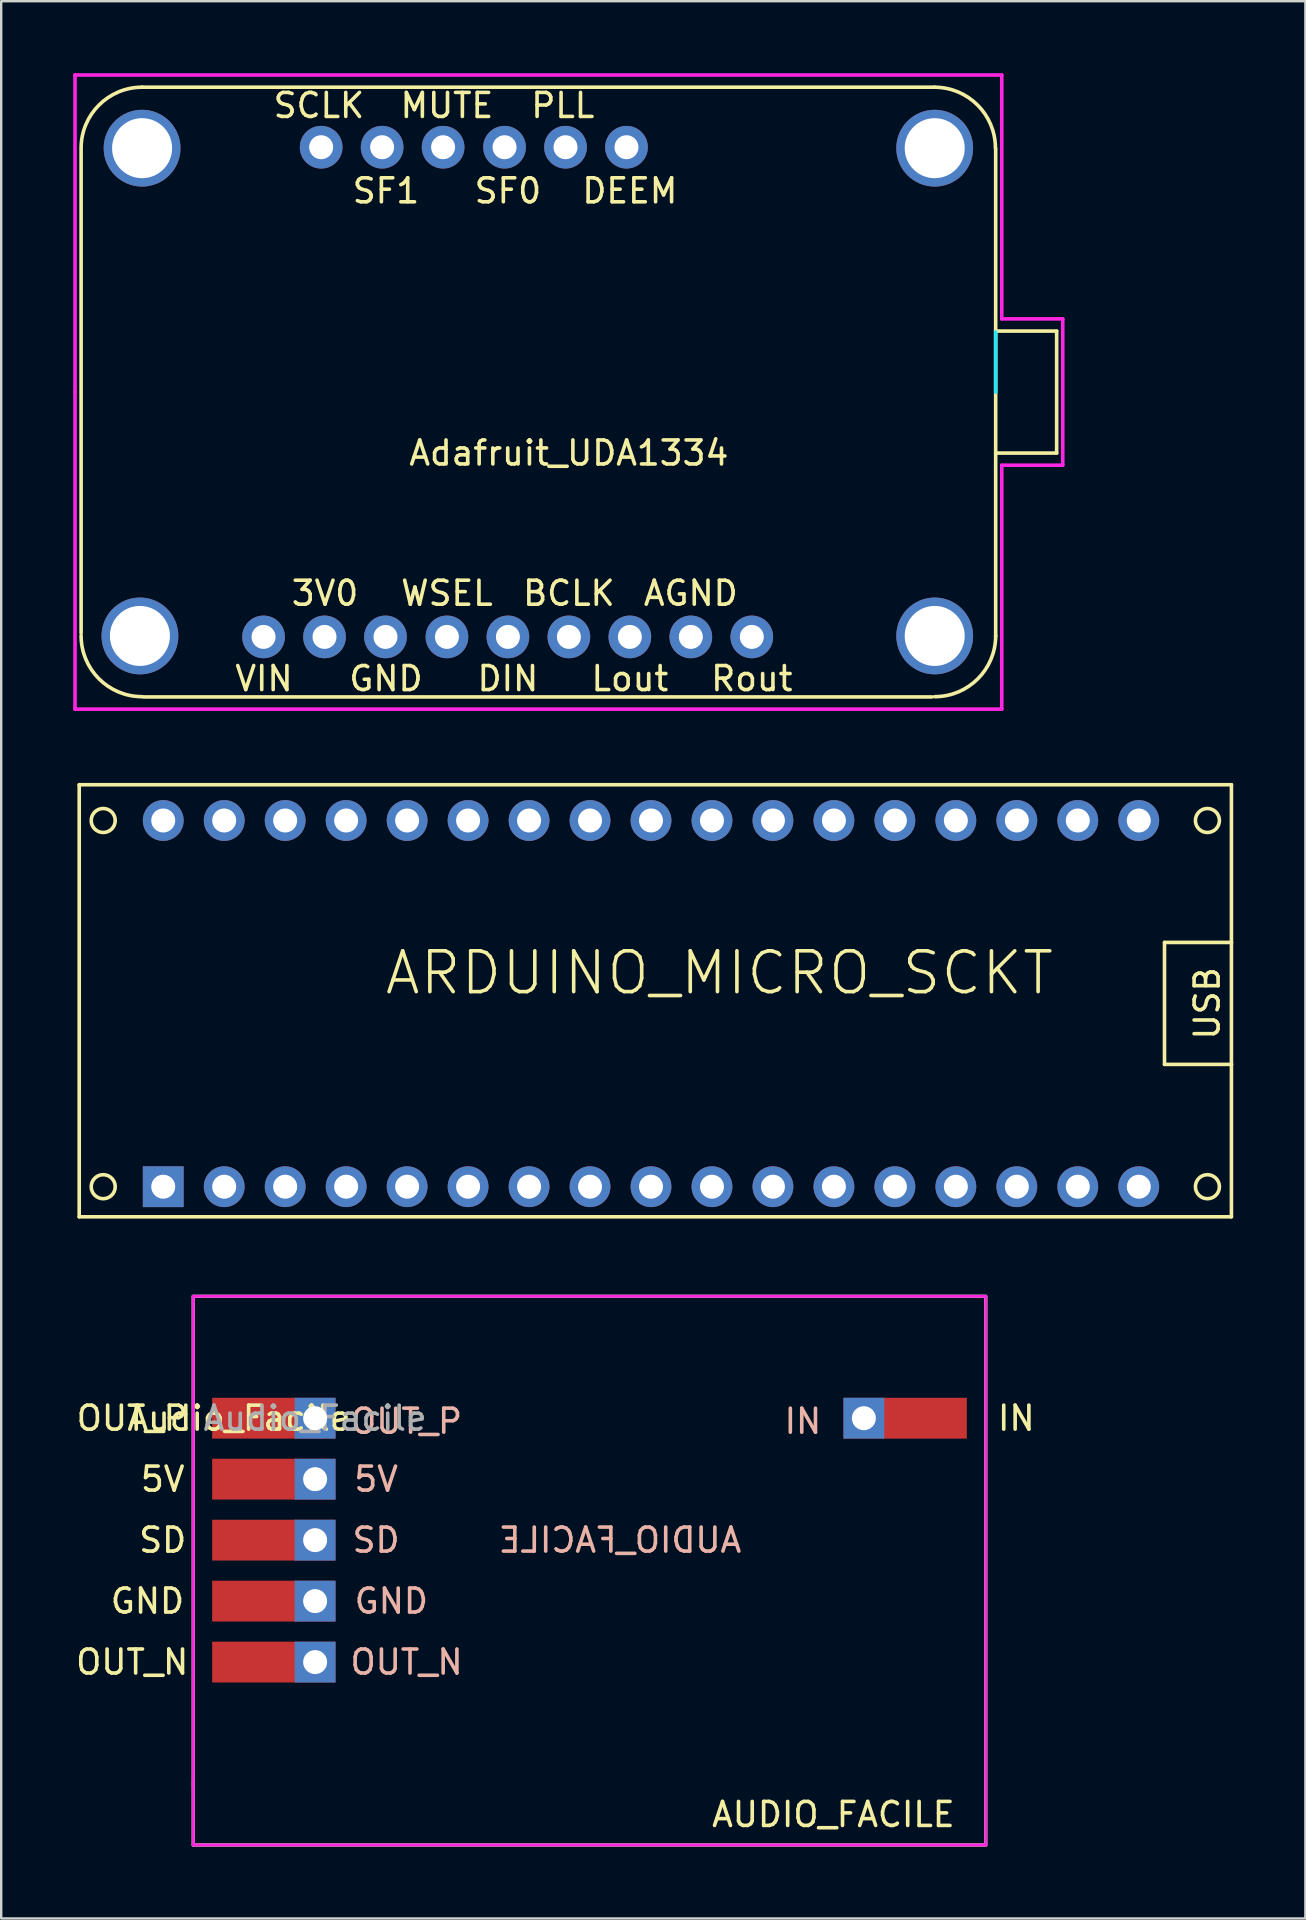
<source format=kicad_pcb>
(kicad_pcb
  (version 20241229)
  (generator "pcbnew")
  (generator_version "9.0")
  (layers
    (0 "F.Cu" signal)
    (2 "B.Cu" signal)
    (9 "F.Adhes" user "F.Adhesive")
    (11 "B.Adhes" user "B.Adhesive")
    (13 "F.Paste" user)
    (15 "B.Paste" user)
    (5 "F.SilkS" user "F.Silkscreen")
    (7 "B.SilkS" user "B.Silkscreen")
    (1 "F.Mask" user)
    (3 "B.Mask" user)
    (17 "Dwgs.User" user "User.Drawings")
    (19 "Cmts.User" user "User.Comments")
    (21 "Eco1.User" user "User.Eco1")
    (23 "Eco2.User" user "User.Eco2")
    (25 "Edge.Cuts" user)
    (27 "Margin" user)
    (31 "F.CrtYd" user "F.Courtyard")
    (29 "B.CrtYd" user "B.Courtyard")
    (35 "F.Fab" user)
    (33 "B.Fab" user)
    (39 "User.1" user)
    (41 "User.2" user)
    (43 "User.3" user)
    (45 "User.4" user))
  (footprint "ARDUINO_MICRO_SCKT"
    (layer "F.Cu")
    (at 0.25 47.641)
    (property "Reference" "ARDUINO_MICRO_SCKT" (at 26.67 -10.16 0) (layer "F.SilkS") (effects (font (size 1.7 1.7) (thickness 0.15))))
    (attr through_hole)
    (fp_line (start 0 -18) (end 48 -18) (stroke (width 0.15) (type solid)) (layer "F.SilkS"))
    (fp_line (start 0 0) (end 0 -18) (stroke (width 0.15) (type solid)) (layer "F.SilkS"))
    (fp_line (start 45.212 -11.43) (end 48.006 -11.43) (stroke (width 0.15) (type solid)) (layer "F.SilkS"))
    (fp_line (start 45.212 -6.35) (end 45.212 -11.43) (stroke (width 0.15) (type solid)) (layer "F.SilkS"))
    (fp_line (start 48 -18) (end 48 0) (stroke (width 0.15) (type solid)) (layer "F.SilkS"))
    (fp_line (start 48 0) (end 0 0) (stroke (width 0.15) (type solid)) (layer "F.SilkS"))
    (fp_line (start 48.006 -6.35) (end 45.212 -6.35) (stroke (width 0.15) (type solid)) (layer "F.SilkS"))
    (fp_circle (center 1 -16.51) (end 1.5 -16.51) (stroke (width 0.15) (type solid)) (fill no) (layer "F.SilkS"))
    (fp_circle (center 1 -1.254) (end 1.5 -1.254) (stroke (width 0.15) (type solid)) (fill no) (layer "F.SilkS"))
    (fp_circle (center 47 -16.51) (end 47.5 -16.51) (stroke (width 0.15) (type solid)) (fill no) (layer "F.SilkS"))
    (fp_circle (center 47 -1.254) (end 47.5 -1.254) (stroke (width 0.15) (type solid)) (fill no) (layer "F.SilkS"))
    (fp_text user "USB" (at 46.99 -8.89 90) (layer "F.SilkS") (effects (font (size 1 1) (thickness 0.15))))
    (pad "1" thru_hole rect (at 3.5 -1.254) (size 1.7 1.7) (drill 1) (layers "*.Cu" "*.Mask"))
    (pad "2" thru_hole circle (at 6.04 -1.254) (size 1.7 1.7) (drill 1) (layers "*.Cu" "*.Mask"))
    (pad "3" thru_hole circle (at 8.58 -1.254) (size 1.7 1.7) (drill 1) (layers "*.Cu" "*.Mask"))
    (pad "4" thru_hole circle (at 11.12 -1.254) (size 1.7 1.7) (drill 1) (layers "*.Cu" "*.Mask"))
    (pad "5" thru_hole circle (at 13.66 -1.254) (size 1.7 1.7) (drill 1) (layers "*.Cu" "*.Mask"))
    (pad "6" thru_hole circle (at 16.2 -1.254) (size 1.7 1.7) (drill 1) (layers "*.Cu" "*.Mask"))
    (pad "7" thru_hole circle (at 18.74 -1.254) (size 1.7 1.7) (drill 1) (layers "*.Cu" "*.Mask"))
    (pad "8" thru_hole circle (at 21.28 -1.254) (size 1.7 1.7) (drill 1) (layers "*.Cu" "*.Mask"))
    (pad "9" thru_hole circle (at 23.82 -1.254) (size 1.7 1.7) (drill 1) (layers "*.Cu" "*.Mask"))
    (pad "10" thru_hole circle (at 26.36 -1.254) (size 1.7 1.7) (drill 1) (layers "*.Cu" "*.Mask"))
    (pad "11" thru_hole circle (at 28.9 -1.254) (size 1.7 1.7) (drill 1) (layers "*.Cu" "*.Mask"))
    (pad "12" thru_hole circle (at 31.44 -1.254) (size 1.7 1.7) (drill 1) (layers "*.Cu" "*.Mask"))
    (pad "13" thru_hole circle (at 33.98 -1.254) (size 1.7 1.7) (drill 1) (layers "*.Cu" "*.Mask"))
    (pad "14" thru_hole circle (at 36.52 -1.254) (size 1.7 1.7) (drill 1) (layers "*.Cu" "*.Mask"))
    (pad "15" thru_hole circle (at 39.06 -1.254) (size 1.7 1.7) (drill 1) (layers "*.Cu" "*.Mask"))
    (pad "16" thru_hole circle (at 41.6 -1.254) (size 1.7 1.7) (drill 1) (layers "*.Cu" "*.Mask"))
    (pad "17" thru_hole circle (at 44.14 -1.254) (size 1.7 1.7) (drill 1) (layers "*.Cu" "*.Mask"))
    (pad "18" thru_hole circle (at 44.14 -16.51) (size 1.7 1.7) (drill 1) (layers "*.Cu" "*.Mask"))
    (pad "19" thru_hole circle (at 41.6 -16.51) (size 1.7 1.7) (drill 1) (layers "*.Cu" "*.Mask"))
    (pad "20" thru_hole circle (at 39.06 -16.51) (size 1.7 1.7) (drill 1) (layers "*.Cu" "*.Mask"))
    (pad "21" thru_hole circle (at 36.52 -16.51) (size 1.7 1.7) (drill 1) (layers "*.Cu" "*.Mask"))
    (pad "22" thru_hole circle (at 33.98 -16.51) (size 1.7 1.7) (drill 1) (layers "*.Cu" "*.Mask"))
    (pad "23" thru_hole circle (at 31.44 -16.51) (size 1.7 1.7) (drill 1) (layers "*.Cu" "*.Mask"))
    (pad "24" thru_hole circle (at 28.9 -16.51) (size 1.7 1.7) (drill 1) (layers "*.Cu" "*.Mask"))
    (pad "25" thru_hole circle (at 26.36 -16.51) (size 1.7 1.7) (drill 1) (layers "*.Cu" "*.Mask"))
    (pad "26" thru_hole circle (at 23.82 -16.51) (size 1.7 1.7) (drill 1) (layers "*.Cu" "*.Mask"))
    (pad "27" thru_hole circle (at 21.28 -16.51) (size 1.7 1.7) (drill 1) (layers "*.Cu" "*.Mask"))
    (pad "28" thru_hole circle (at 18.74 -16.51) (size 1.7 1.7) (drill 1) (layers "*.Cu" "*.Mask"))
    (pad "29" thru_hole circle (at 16.2 -16.51) (size 1.7 1.7) (drill 1) (layers "*.Cu" "*.Mask"))
    (pad "30" thru_hole circle (at 13.66 -16.51) (size 1.7 1.7) (drill 1) (layers "*.Cu" "*.Mask"))
    (pad "31" thru_hole circle (at 11.12 -16.51) (size 1.7 1.7) (drill 1) (layers "*.Cu" "*.Mask"))
    (pad "32" thru_hole circle (at 8.58 -16.51) (size 1.7 1.7) (drill 1) (layers "*.Cu" "*.Mask"))
    (pad "33" thru_hole circle (at 6.04 -16.51) (size 1.7 1.7) (drill 1) (layers "*.Cu" "*.Mask"))
    (pad "34" thru_hole circle (at 3.5 -16.51) (size 1.7 1.7) (drill 1) (layers "*.Cu" "*.Mask")))
  (footprint "Adafruit_UDA1334"
    (layer "F.Cu")
    (at 19.379 13.283)
    (property "Reference" "Adafruit_UDA1334" (at 1.27 2.54 0) (layer "F.SilkS") (effects (font (size 1 1) (thickness 0.15))))
    (attr through_hole)
    (fp_line (start -19.05 10.05) (end -19.05 -10.1) (stroke (width 0.15) (type solid)) (layer "F.SilkS"))
    (fp_line (start -16.51 -12.7) (end 16.5 -12.7) (stroke (width 0.15) (type solid)) (layer "F.SilkS"))
    (fp_line (start 16.4 12.7) (end -16.45 12.7) (stroke (width 0.15) (type solid)) (layer "F.SilkS"))
    (fp_line (start 19.05 -10.15) (end 19.05 10.17) (stroke (width 0.15) (type solid)) (layer "F.SilkS"))
    (fp_line (start 19.05 -2.54) (end 21.59 -2.54) (stroke (width 0.15) (type solid)) (layer "F.SilkS"))
    (fp_line (start 21.59 -2.54) (end 21.59 2.54) (stroke (width 0.15) (type solid)) (layer "F.SilkS"))
    (fp_line (start 21.59 2.54) (end 19.05 2.54) (stroke (width 0.15) (type solid)) (layer "F.SilkS"))
    (fp_arc (start -19.05 -10.16) (mid -18.306051 -11.956051) (end -16.51 -12.7) (stroke (width 0.15) (type solid)) (layer "F.SilkS"))
    (fp_arc (start -16.51 12.69) (mid -18.306051 11.946051) (end -19.05 10.15) (stroke (width 0.15) (type solid)) (layer "F.SilkS"))
    (fp_arc (start 16.5 -12.7) (mid 18.296051 -11.956051) (end 19.04 -10.16) (stroke (width 0.15) (type solid)) (layer "F.SilkS"))
    (fp_arc (start 19.05 10.15) (mid 18.306051 11.946051) (end 16.51 12.69) (stroke (width 0.15) (type solid)) (layer "F.SilkS"))
    (fp_line (start 19.05 0) (end 19.05 -2.5) (stroke (width 0.15) (type solid)) (layer "B.CrtYd"))
    (fp_line (start -19.304 -13.208) (end -19.304 0) (stroke (width 0.15) (type solid)) (layer "F.CrtYd"))
    (fp_line (start -19.304 0) (end -19.304 13.208) (stroke (width 0.15) (type solid)) (layer "F.CrtYd"))
    (fp_line (start -19.304 13.208) (end 19.304 13.208) (stroke (width 0.15) (type solid)) (layer "F.CrtYd"))
    (fp_line (start 19.304 -13.208) (end -19.304 -13.208) (stroke (width 0.15) (type solid)) (layer "F.CrtYd"))
    (fp_line (start 19.304 -3.048) (end 19.304 -13.208) (stroke (width 0.15) (type solid)) (layer "F.CrtYd"))
    (fp_line (start 19.304 3.048) (end 21.844 3.048) (stroke (width 0.15) (type solid)) (layer "F.CrtYd"))
    (fp_line (start 19.304 13.208) (end 19.304 3.048) (stroke (width 0.15) (type solid)) (layer "F.CrtYd"))
    (fp_line (start 21.844 -3.048) (end 19.304 -3.048) (stroke (width 0.15) (type solid)) (layer "F.CrtYd"))
    (fp_line (start 21.844 3.048) (end 21.844 -3.048) (stroke (width 0.15) (type solid)) (layer "F.CrtYd"))
    (fp_text user "Rout" (at 8.89 11.938 0) (layer "F.SilkS") (effects (font (size 1 1) (thickness 0.15))))
    (fp_text user "SF0" (at -1.27 -8.382 0) (layer "F.SilkS") (effects (font (size 1 1) (thickness 0.15))))
    (fp_text user "PLL" (at 1.016 -11.938 0) (layer "F.SilkS") (effects (font (size 1 1) (thickness 0.15))))
    (fp_text user "DIN" (at -1.27 11.938 0) (layer "F.SilkS") (effects (font (size 1 1) (thickness 0.15))))
    (fp_text user "SCLK" (at -9.144 -11.938 0) (layer "F.SilkS") (effects (font (size 1 1) (thickness 0.15))))
    (fp_text user "3V0" (at -8.89 8.382 0) (layer "F.SilkS") (effects (font (size 1 1) (thickness 0.15))))
    (fp_text user "GND" (at -6.35 11.938 0) (layer "F.SilkS") (effects (font (size 1 1) (thickness 0.15))))
    (fp_text user "WSEL" (at -3.81 8.382 0) (layer "F.SilkS") (effects (font (size 1 1) (thickness 0.15))))
    (fp_text user "BCLK" (at 1.27 8.382 0) (layer "F.SilkS") (effects (font (size 1 1) (thickness 0.15))))
    (fp_text user "MUTE" (at -3.81 -11.938 0) (layer "F.SilkS") (effects (font (size 1 1) (thickness 0.15))))
    (fp_text user "AGND" (at 6.35 8.382 0) (layer "F.SilkS") (effects (font (size 1 1) (thickness 0.15))))
    (fp_text user "DEEM" (at 3.81 -8.382 0) (layer "F.SilkS") (effects (font (size 1 1) (thickness 0.15))))
    (fp_text user "Lout" (at 3.81 11.938 0) (layer "F.SilkS") (effects (font (size 1 1) (thickness 0.15))))
    (fp_text user "SF1" (at -6.35 -8.382 0) (layer "F.SilkS") (effects (font (size 1 1) (thickness 0.15))))
    (fp_text user "VIN" (at -11.43 11.938 0) (layer "F.SilkS") (effects (font (size 1 1) (thickness 0.15))))
    (pad "1" thru_hole circle (at -11.45 10.2 90) (size 1.778 1.778) (drill 1) (layers "*.Cu" "*.Mask"))
    (pad "2" thru_hole circle (at -8.91 10.2 90) (size 1.778 1.778) (drill 1) (layers "*.Cu" "*.Mask"))
    (pad "3" thru_hole circle (at -6.37 10.2 90) (size 1.778 1.778) (drill 1) (layers "*.Cu" "*.Mask"))
    (pad "4" thru_hole circle (at -3.81 10.2 90) (size 1.778 1.778) (drill 1) (layers "*.Cu" "*.Mask"))
    (pad "5" thru_hole circle (at -1.27 10.2 90) (size 1.778 1.778) (drill 1) (layers "*.Cu" "*.Mask"))
    (pad "6" thru_hole circle (at 1.27 10.2 90) (size 1.778 1.778) (drill 1) (layers "*.Cu" "*.Mask"))
    (pad "7" thru_hole circle (at 3.81 10.2 90) (size 1.778 1.778) (drill 1) (layers "*.Cu" "*.Mask"))
    (pad "8" thru_hole circle (at 6.35 10.2 90) (size 1.778 1.778) (drill 1) (layers "*.Cu" "*.Mask"))
    (pad "9" thru_hole circle (at 8.89 10.2 90) (size 1.778 1.778) (drill 1) (layers "*.Cu" "*.Mask"))
    (pad "10" thru_hole circle (at -9.05 -10.2 90) (size 1.778 1.778) (drill 1) (layers "*.Cu" "*.Mask"))
    (pad "11" thru_hole circle (at -6.51 -10.2 90) (size 1.778 1.778) (drill 1) (layers "*.Cu" "*.Mask"))
    (pad "12" thru_hole circle (at -3.97 -10.2 90) (size 1.778 1.778) (drill 1) (layers "*.Cu" "*.Mask"))
    (pad "13" thru_hole circle (at -1.41 -10.2 90) (size 1.778 1.778) (drill 1) (layers "*.Cu" "*.Mask"))
    (pad "14" thru_hole circle (at 1.13 -10.2 90) (size 1.778 1.778) (drill 1) (layers "*.Cu" "*.Mask"))
    (pad "15" thru_hole circle (at 3.67 -10.2 90) (size 1.778 1.778) (drill 1) (layers "*.Cu" "*.Mask"))
    (pad "C1" thru_hole circle (at -16.51 -10.16) (size 3.2 3.2) (drill 2.5) (layers "*.Cu" "*.Mask"))
    (pad "C2" thru_hole circle (at 16.51 -10.16) (size 3.2 3.2) (drill 2.5) (layers "*.Cu" "*.Mask"))
    (pad "C3" thru_hole circle (at 16.51 10.16) (size 3.2 3.2) (drill 2.5) (layers "*.Cu" "*.Mask"))
    (pad "C4" thru_hole circle (at -16.6 10.16) (size 3.2 3.2) (drill 2.5) (layers "*.Cu" "*.Mask")))
  (footprint "Audio_Facile"
    (layer "F.Cu")
    (at 10.078 56.031)
    (property "Reference" "Audio_Facile" (at -3.175 0 0) (layer "F.SilkS") (effects (font (size 1 1) (thickness 0.15))))
    (attr through_hole)
    (fp_line (start -5.08 -5.08) (end 27.94 -5.08) (stroke (width 0.12) (type solid)) (layer "F.SilkS"))
    (fp_line (start -5.08 15.24) (end -5.08 -5.08) (stroke (width 0.12) (type solid)) (layer "F.SilkS"))
    (fp_line (start -5.08 17.78) (end -5.08 15.24) (stroke (width 0.12) (type solid)) (layer "F.SilkS"))
    (fp_line (start 27.94 -5.08) (end 27.94 17.78) (stroke (width 0.12) (type solid)) (layer "F.SilkS"))
    (fp_line (start 27.94 17.78) (end -5.08 17.78) (stroke (width 0.12) (type solid)) (layer "F.SilkS"))
    (fp_line (start -2.54 -1.27) (end -2.54 11.43) (stroke (width 0.12) (type solid)) (layer "Eco1.User"))
    (fp_line (start -2.54 11.43) (end -1.27 11.43) (stroke (width 0.12) (type solid)) (layer "Eco1.User"))
    (fp_line (start -1.27 -3.81) (end -1.27 -1.27) (stroke (width 0.12) (type solid)) (layer "Eco1.User"))
    (fp_line (start -1.27 -1.27) (end -2.54 -1.27) (stroke (width 0.12) (type solid)) (layer "Eco1.User"))
    (fp_line (start -1.27 11.43) (end -1.27 16.51) (stroke (width 0.12) (type solid)) (layer "Eco1.User"))
    (fp_line (start -1.27 16.51) (end 24.13 16.51) (stroke (width 0.12) (type solid)) (layer "Eco1.User"))
    (fp_line (start 24.13 -3.81) (end -1.27 -3.81) (stroke (width 0.12) (type solid)) (layer "Eco1.User"))
    (fp_line (start 24.13 -3.81) (end 24.13 -1.27) (stroke (width 0.12) (type solid)) (layer "Eco1.User"))
    (fp_line (start 24.13 16.51) (end 24.13 1.27) (stroke (width 0.12) (type solid)) (layer "Eco1.User"))
    (fp_line (start 25.4 -1.27) (end 24.13 -1.27) (stroke (width 0.12) (type solid)) (layer "Eco1.User"))
    (fp_line (start 25.4 -1.27) (end 25.4 1.27) (stroke (width 0.12) (type solid)) (layer "Eco1.User"))
    (fp_line (start 25.4 1.27) (end 24.13 1.27) (stroke (width 0.12) (type solid)) (layer "Eco1.User"))
    (fp_line (start -5.08 -5.08) (end -5.08 15.24) (stroke (width 0.12) (type solid)) (layer "F.CrtYd"))
    (fp_line (start -5.08 17.78) (end -5.08 15.24) (stroke (width 0.12) (type solid)) (layer "F.CrtYd"))
    (fp_line (start 27.94 -5.08) (end -5.08 -5.08) (stroke (width 0.12) (type solid)) (layer "F.CrtYd"))
    (fp_line (start 27.94 -5.08) (end 27.94 17.78) (stroke (width 0.12) (type solid)) (layer "F.CrtYd"))
    (fp_line (start 27.94 17.78) (end -5.08 17.78) (stroke (width 0.12) (type solid)) (layer "F.CrtYd"))
    (fp_line (start -5.08 -5.08) (end 27.94 -5.08) (stroke (width 0.12) (type solid)) (layer "F.Fab"))
    (fp_line (start -5.08 15.24) (end -5.08 -5.08) (stroke (width 0.12) (type solid)) (layer "F.Fab"))
    (fp_line (start -5.08 15.24) (end -5.08 17.78) (stroke (width 0.12) (type solid)) (layer "F.Fab"))
    (fp_line (start -5.08 17.78) (end 27.94 17.78) (stroke (width 0.12) (type solid)) (layer "F.Fab"))
    (fp_line (start 27.94 17.78) (end 27.94 -5.08) (stroke (width 0.12) (type solid)) (layer "F.Fab"))
    (fp_text user "OUT_N" (at -7.62 10.16 0) (layer "F.SilkS") (effects (font (size 1 1) (thickness 0.15))))
    (fp_text user "OUT_P" (at -7.62 0 0) (layer "F.SilkS") (effects (font (size 1 1) (thickness 0.15))))
    (fp_text user "5V" (at -6.35 2.54 0) (layer "F.SilkS") (effects (font (size 1 1) (thickness 0.15))))
    (fp_text user "GND" (at -6.985 7.62 0) (layer "F.SilkS") (effects (font (size 1 1) (thickness 0.15))))
    (fp_text user "AUDIO_FACILE" (at 21.59 16.51 0) (layer "F.SilkS") (effects (font (size 1 1) (thickness 0.15))))
    (fp_text user "IN" (at 29.21 0 0) (layer "F.SilkS") (effects (font (size 1 1) (thickness 0.15))))
    (fp_text user "SD" (at -6.35 5.08 0) (layer "F.SilkS") (effects (font (size 1 1) (thickness 0.15))))
    (fp_text user "AUDIO_FACILE" (at 12.7 5.08 0) (layer "B.SilkS") (effects (font (size 1 1) (thickness 0.15)) (justify mirror)))
    (fp_text user "5V" (at 2.54 2.54 0) (layer "B.SilkS") (effects (font (size 1 1) (thickness 0.15))))
    (fp_text user "OUT_N" (at 3.81 10.16 0) (layer "B.SilkS") (effects (font (size 1 1) (thickness 0.15))))
    (fp_text user "SD" (at 2.54 5.08 0) (layer "B.SilkS") (effects (font (size 1 1) (thickness 0.15))))
    (fp_text user "IN" (at 20.32 0.127 0) (layer "B.SilkS") (effects (font (size 1 1) (thickness 0.15))))
    (fp_text user "GND" (at 3.175 7.62 0) (layer "B.SilkS") (effects (font (size 1 1) (thickness 0.15))))
    (fp_text user "OUT_P" (at 3.81 0.127 0) (layer "B.SilkS") (effects (font (size 1 1) (thickness 0.15))))
    (fp_text user "${REFERENCE}" (at 0 0 180) (layer "F.Fab") (effects (font (size 1 1) (thickness 0.15))))
    (pad "1" smd rect (at -2.54 0 180) (size 3.5 1.7) (layers "F.Cu" "F.Mask" "F.Paste"))
    (pad "1" thru_hole rect (at 0 0) (size 1.7 1.7) (drill 1) (layers "*.Cu" "*.Mask"))
    (pad "2" smd rect (at -2.54 2.54 180) (size 3.5 1.7) (layers "F.Cu" "F.Mask" "F.Paste"))
    (pad "2" thru_hole rect (at 0 2.54) (size 1.7 1.7) (drill 1) (layers "*.Cu" "*.Mask"))
    (pad "3" smd rect (at -2.54 5.08 180) (size 3.5 1.7) (layers "F.Cu" "F.Mask" "F.Paste"))
    (pad "3" thru_hole rect (at 0 5.08) (size 1.7 1.7) (drill 1) (layers "*.Cu" "*.Mask"))
    (pad "4" smd rect (at -2.54 7.62 180) (size 3.5 1.7) (layers "F.Cu" "F.Mask" "F.Paste"))
    (pad "4" thru_hole rect (at 0 7.62) (size 1.7 1.7) (drill 1) (layers "*.Cu" "*.Mask"))
    (pad "5" smd rect (at -2.54 10.16 180) (size 3.5 1.7) (layers "F.Cu" "F.Mask" "F.Paste"))
    (pad "5" thru_hole rect (at 0 10.16) (size 1.7 1.7) (drill 1) (layers "*.Cu" "*.Mask"))
    (pad "6" thru_hole rect (at 22.86 0) (size 1.7 1.7) (drill 1) (layers "*.Cu" "*.Mask"))
    (pad "6" smd rect (at 25.4 0 180) (size 3.5 1.7) (layers "F.Cu" "F.Mask" "F.Paste")))
  (gr_rect
    (start -3 -3)
    (end 51.331 76.871)
    (stroke (width 0.1) (type default))
    (fill no)
    (layer "Edge.Cuts")))
</source>
